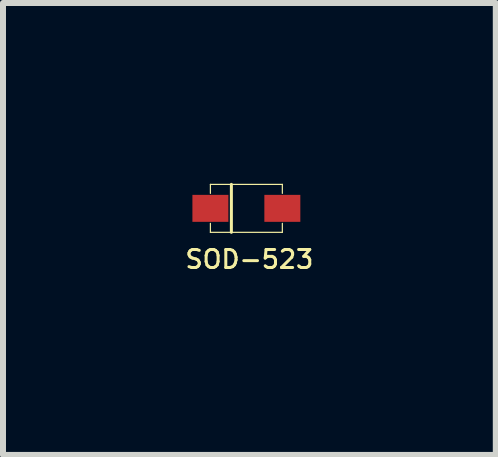
<source format=kicad_pcb>
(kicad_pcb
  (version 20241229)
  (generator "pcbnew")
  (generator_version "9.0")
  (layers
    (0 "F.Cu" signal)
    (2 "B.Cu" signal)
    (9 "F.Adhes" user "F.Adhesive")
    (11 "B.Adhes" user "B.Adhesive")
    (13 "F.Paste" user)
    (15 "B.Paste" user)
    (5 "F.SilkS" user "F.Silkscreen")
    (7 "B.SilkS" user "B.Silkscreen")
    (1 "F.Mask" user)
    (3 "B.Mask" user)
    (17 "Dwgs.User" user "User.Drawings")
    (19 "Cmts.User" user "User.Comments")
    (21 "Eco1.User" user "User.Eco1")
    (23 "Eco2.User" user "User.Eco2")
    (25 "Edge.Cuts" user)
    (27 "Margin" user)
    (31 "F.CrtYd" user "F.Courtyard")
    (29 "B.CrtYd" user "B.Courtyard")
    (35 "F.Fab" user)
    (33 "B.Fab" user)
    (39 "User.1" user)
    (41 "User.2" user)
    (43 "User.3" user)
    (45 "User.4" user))
  (footprint "SOD-523"
    (layer "F.Cu")
    (at 1.059 0.425)
    (property "Reference" "SOD-523" (at 0.05 0.85 0) (layer "F.SilkS") (effects (font (size 0.3 0.3) (thickness 0.05))))
    (attr through_hole)
    (fp_line (start -0.6 -0.4) (end -0.6 -0.25) (stroke (width 0.02) (type solid)) (layer "F.SilkS"))
    (fp_line (start -0.6 -0.4) (end 0.6 -0.4) (stroke (width 0.02) (type solid)) (layer "F.SilkS"))
    (fp_line (start -0.6 0.4) (end -0.6 0.25) (stroke (width 0.02) (type solid)) (layer "F.SilkS"))
    (fp_line (start -0.25 -0.4) (end -0.25 0.4) (stroke (width 0.05) (type solid)) (layer "F.SilkS"))
    (fp_line (start 0.6 -0.4) (end 0.6 -0.25) (stroke (width 0.02) (type solid)) (layer "F.SilkS"))
    (fp_line (start 0.6 0.4) (end -0.6 0.4) (stroke (width 0.02) (type solid)) (layer "F.SilkS"))
    (fp_line (start 0.6 0.4) (end 0.6 0.25) (stroke (width 0.02) (type solid)) (layer "F.SilkS"))
    (pad "1" smd rect (at -0.6 0 90) (size 0.45 0.6) (layers "F.Cu" "F.Mask" "F.Paste"))
    (pad "2" smd rect (at 0.6 0 90) (size 0.45 0.6) (layers "F.Cu" "F.Mask" "F.Paste")))
  (gr_rect
    (start -3 -3)
    (end 5.219 4.538)
    (stroke (width 0.1) (type default))
    (fill no)
    (layer "Edge.Cuts")))
</source>
